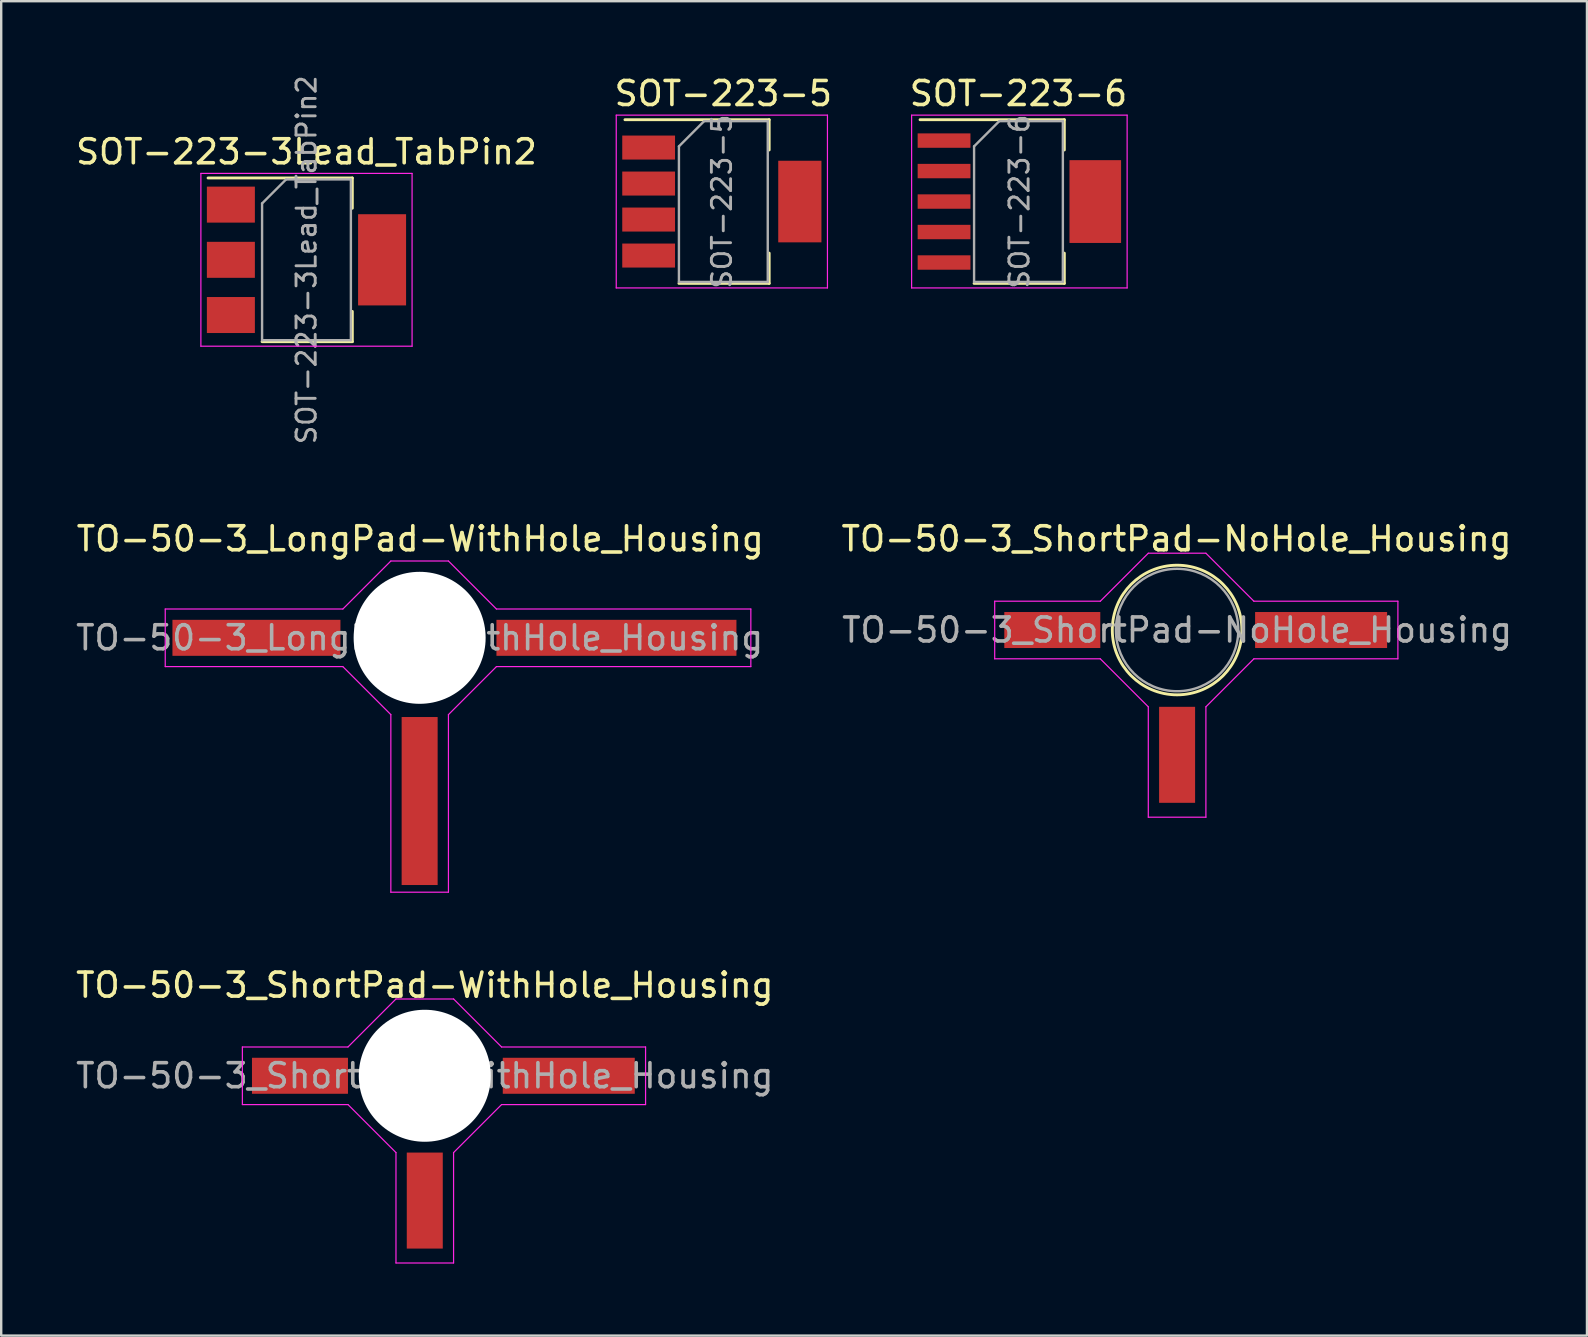
<source format=kicad_pcb>
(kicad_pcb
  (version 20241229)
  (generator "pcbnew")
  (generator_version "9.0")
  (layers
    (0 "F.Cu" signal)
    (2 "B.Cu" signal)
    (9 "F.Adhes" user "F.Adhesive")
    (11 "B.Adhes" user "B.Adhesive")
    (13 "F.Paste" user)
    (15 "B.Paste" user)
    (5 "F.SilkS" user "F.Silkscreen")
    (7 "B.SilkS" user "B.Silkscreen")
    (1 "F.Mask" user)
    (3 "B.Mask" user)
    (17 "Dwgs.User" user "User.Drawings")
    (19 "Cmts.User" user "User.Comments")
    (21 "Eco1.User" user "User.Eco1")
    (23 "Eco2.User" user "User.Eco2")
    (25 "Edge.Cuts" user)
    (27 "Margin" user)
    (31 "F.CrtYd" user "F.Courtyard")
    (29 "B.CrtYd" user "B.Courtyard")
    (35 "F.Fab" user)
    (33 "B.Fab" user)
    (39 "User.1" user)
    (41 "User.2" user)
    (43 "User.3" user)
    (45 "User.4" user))
  (footprint "TO-50-3_ShortPad-WithHole_Housing"
    (layer "F.Cu")
    (at 15.049 44.374)
    (property "Reference" "TO-50-3_ShortPad-WithHole_Housing" (at -0.4 -6.375 0) (layer "F.SilkS") (effects (font (size 1 1) (thickness 0.15))))
    (attr smd)
    (fp_line (start -8 -1.4) (end -8 -3.8) (stroke (width 0.05) (type solid)) (layer "F.CrtYd"))
    (fp_line (start -8 -1.4) (end -3.6 -1.4) (stroke (width 0.05) (type solid)) (layer "F.CrtYd"))
    (fp_line (start -3.6 -3.8) (end -8 -3.8) (stroke (width 0.05) (type solid)) (layer "F.CrtYd"))
    (fp_line (start -3.6 -3.8) (end -1.6 -5.8) (stroke (width 0.05) (type solid)) (layer "F.CrtYd"))
    (fp_line (start -1.6 -5.8) (end 0.8 -5.8) (stroke (width 0.05) (type solid)) (layer "F.CrtYd"))
    (fp_line (start -1.6 0.6) (end -3.6 -1.4) (stroke (width 0.05) (type solid)) (layer "F.CrtYd"))
    (fp_line (start -1.6 5.2) (end -1.6 0.6) (stroke (width 0.05) (type solid)) (layer "F.CrtYd"))
    (fp_line (start 0.8 -5.8) (end 2.8 -3.8) (stroke (width 0.05) (type solid)) (layer "F.CrtYd"))
    (fp_line (start 0.8 0.6) (end 0.8 5.2) (stroke (width 0.05) (type solid)) (layer "F.CrtYd"))
    (fp_line (start 0.8 5.2) (end -1.6 5.2) (stroke (width 0.05) (type solid)) (layer "F.CrtYd"))
    (fp_line (start 2.8 -3.8) (end 8.8 -3.8) (stroke (width 0.05) (type solid)) (layer "F.CrtYd"))
    (fp_line (start 2.8 -1.4) (end 0.8 0.6) (stroke (width 0.05) (type solid)) (layer "F.CrtYd"))
    (fp_line (start 8.8 -3.8) (end 8.8 -1.4) (stroke (width 0.05) (type solid)) (layer "F.CrtYd"))
    (fp_line (start 8.8 -1.4) (end 2.8 -1.4) (stroke (width 0.05) (type solid)) (layer "F.CrtYd"))
    (fp_circle (center -0.4 -2.6) (end -0.35 -5.15) (stroke (width 0.1) (type solid)) (fill no) (layer "F.Fab"))
    (fp_text user "${REFERENCE}" (at -0.4 -2.6 0) (layer "F.Fab") (effects (font (size 1 1) (thickness 0.15))))
    (pad "" np_thru_hole circle (at -0.4 -2.6 270) (size 5.5 5.5) (drill 5.5) (layers "*.Cu" "*.Mask"))
    (pad "1" smd rect (at -5.6 -2.6 270) (size 1.5 4) (layers "F.Cu" "F.Mask" "F.Paste"))
    (pad "2" smd rect (at -0.4 2.6 270) (size 4 1.5) (layers "F.Cu" "F.Mask" "F.Paste"))
    (pad "3" smd rect (at 5.6 -2.6 270) (size 1.5 5.5) (layers "F.Cu" "F.Mask" "F.Paste")))
  (footprint "SOT-223-5"
    (layer "F.Cu")
    (at 27.027 5.348)
    (property "Reference" "SOT-223-5" (at 0.062 -4.5 0) (layer "F.SilkS") (effects (font (size 1 1) (thickness 0.15))))
    (attr smd)
    (fp_line (start -4.037 -3.41) (end 1.972 -3.41) (stroke (width 0.12) (type solid)) (layer "F.SilkS"))
    (fp_line (start -1.788 3.41) (end 1.972 3.41) (stroke (width 0.12) (type solid)) (layer "F.SilkS"))
    (fp_line (start 1.972 -3.41) (end 1.972 -2.15) (stroke (width 0.12) (type solid)) (layer "F.SilkS"))
    (fp_line (start 1.972 3.41) (end 1.972 2.15) (stroke (width 0.12) (type solid)) (layer "F.SilkS"))
    (fp_line (start -4.4 -3.6) (end -4.4 3.6) (stroke (width 0.05) (type solid)) (layer "F.CrtYd"))
    (fp_line (start -4.4 -3.6) (end 4.4 -3.6) (stroke (width 0.05) (type solid)) (layer "F.CrtYd"))
    (fp_line (start 4.4 3.6) (end -4.4 3.6) (stroke (width 0.05) (type solid)) (layer "F.CrtYd"))
    (fp_line (start 4.4 3.6) (end 4.4 -3.6) (stroke (width 0.05) (type solid)) (layer "F.CrtYd"))
    (fp_line (start -1.788 -2.3) (end -1.788 3.35) (stroke (width 0.1) (type solid)) (layer "F.Fab"))
    (fp_line (start -1.788 -2.3) (end -0.738 -3.35) (stroke (width 0.1) (type solid)) (layer "F.Fab"))
    (fp_line (start -1.788 3.35) (end 1.913 3.35) (stroke (width 0.1) (type solid)) (layer "F.Fab"))
    (fp_line (start -0.738 -3.35) (end 1.913 -3.35) (stroke (width 0.1) (type solid)) (layer "F.Fab"))
    (fp_line (start 1.913 -3.35) (end 1.913 3.35) (stroke (width 0.1) (type solid)) (layer "F.Fab"))
    (fp_text user "${REFERENCE}" (at 0 0 90) (layer "F.Fab") (effects (font (size 0.8 0.8) (thickness 0.12))))
    (pad "1" smd rect (at -3.05 -2.25) (size 2.2 1) (layers "F.Cu" "F.Mask" "F.Paste"))
    (pad "2" smd rect (at -3.05 -0.75) (size 2.2 1) (layers "F.Cu" "F.Mask" "F.Paste"))
    (pad "3" smd rect (at -3.05 0.75) (size 2.2 1) (layers "F.Cu" "F.Mask" "F.Paste"))
    (pad "4" smd rect (at -3.05 2.25) (size 2.2 1) (layers "F.Cu" "F.Mask" "F.Paste"))
    (pad "5" smd rect (at 3.25 0) (size 1.8 3.4) (layers "F.Cu" "F.Mask" "F.Paste")))
  (footprint "TO-50-3_ShortPad-NoHole_Housing"
    (layer "F.Cu")
    (at 46.396 25.801)
    (property "Reference" "TO-50-3_ShortPad-NoHole_Housing" (at -0.425 -6.4 0) (layer "F.SilkS") (effects (font (size 1 1) (thickness 0.15))))
    (attr smd)
    (fp_circle (center -0.4 -2.6) (end -0.4 -5.3) (stroke (width 0.12) (type solid)) (fill no) (layer "F.SilkS"))
    (fp_line (start -8 -1.4) (end -8 -3.8) (stroke (width 0.05) (type solid)) (layer "F.CrtYd"))
    (fp_line (start -8 -1.4) (end -3.6 -1.4) (stroke (width 0.05) (type solid)) (layer "F.CrtYd"))
    (fp_line (start -3.6 -3.8) (end -8 -3.8) (stroke (width 0.05) (type solid)) (layer "F.CrtYd"))
    (fp_line (start -3.6 -3.8) (end -1.6 -5.8) (stroke (width 0.05) (type solid)) (layer "F.CrtYd"))
    (fp_line (start -1.6 -5.8) (end 0.8 -5.8) (stroke (width 0.05) (type solid)) (layer "F.CrtYd"))
    (fp_line (start -1.6 0.6) (end -3.6 -1.4) (stroke (width 0.05) (type solid)) (layer "F.CrtYd"))
    (fp_line (start -1.6 5.2) (end -1.6 0.6) (stroke (width 0.05) (type solid)) (layer "F.CrtYd"))
    (fp_line (start 0.8 -5.8) (end 2.8 -3.8) (stroke (width 0.05) (type solid)) (layer "F.CrtYd"))
    (fp_line (start 0.8 0.6) (end 0.8 5.2) (stroke (width 0.05) (type solid)) (layer "F.CrtYd"))
    (fp_line (start 0.8 5.2) (end -1.6 5.2) (stroke (width 0.05) (type solid)) (layer "F.CrtYd"))
    (fp_line (start 2.8 -3.8) (end 8.8 -3.8) (stroke (width 0.05) (type solid)) (layer "F.CrtYd"))
    (fp_line (start 2.8 -1.4) (end 0.8 0.6) (stroke (width 0.05) (type solid)) (layer "F.CrtYd"))
    (fp_line (start 8.8 -3.8) (end 8.8 -1.4) (stroke (width 0.05) (type solid)) (layer "F.CrtYd"))
    (fp_line (start 8.8 -1.4) (end 2.8 -1.4) (stroke (width 0.05) (type solid)) (layer "F.CrtYd"))
    (fp_circle (center -0.4 -2.6) (end -0.35 -5.15) (stroke (width 0.1) (type solid)) (fill no) (layer "F.Fab"))
    (fp_text user "${REFERENCE}" (at -0.4 -2.6 0) (layer "F.Fab") (effects (font (size 1 1) (thickness 0.15))))
    (pad "1" smd rect (at -5.6 -2.6 270) (size 1.5 4) (layers "F.Cu" "F.Mask" "F.Paste"))
    (pad "2" smd rect (at -0.4 2.6 270) (size 4 1.5) (layers "F.Cu" "F.Mask" "F.Paste"))
    (pad "3" smd rect (at 5.6 -2.6 270) (size 1.5 5.5) (layers "F.Cu" "F.Mask" "F.Paste")))
  (footprint "SOT-223-3Lead_TabPin2"
    (layer "F.Cu")
    (at 9.72 7.776)
    (property "Reference" "SOT-223-3Lead_TabPin2" (at 0 -4.5 0) (layer "F.SilkS") (effects (font (size 1 1) (thickness 0.15))))
    (attr smd)
    (fp_line (start -4.1 -3.41) (end 1.91 -3.41) (stroke (width 0.12) (type solid)) (layer "F.SilkS"))
    (fp_line (start -1.85 3.41) (end 1.91 3.41) (stroke (width 0.12) (type solid)) (layer "F.SilkS"))
    (fp_line (start 1.91 -3.41) (end 1.91 -2.15) (stroke (width 0.12) (type solid)) (layer "F.SilkS"))
    (fp_line (start 1.91 3.41) (end 1.91 2.15) (stroke (width 0.12) (type solid)) (layer "F.SilkS"))
    (fp_line (start -4.4 -3.6) (end -4.4 3.6) (stroke (width 0.05) (type solid)) (layer "F.CrtYd"))
    (fp_line (start -4.4 3.6) (end 4.4 3.6) (stroke (width 0.05) (type solid)) (layer "F.CrtYd"))
    (fp_line (start 4.4 -3.6) (end -4.4 -3.6) (stroke (width 0.05) (type solid)) (layer "F.CrtYd"))
    (fp_line (start 4.4 3.6) (end 4.4 -3.6) (stroke (width 0.05) (type solid)) (layer "F.CrtYd"))
    (fp_line (start -1.85 -2.35) (end -1.85 3.35) (stroke (width 0.1) (type solid)) (layer "F.Fab"))
    (fp_line (start -1.85 -2.35) (end -0.85 -3.35) (stroke (width 0.1) (type solid)) (layer "F.Fab"))
    (fp_line (start -1.85 3.35) (end 1.85 3.35) (stroke (width 0.1) (type solid)) (layer "F.Fab"))
    (fp_line (start -0.85 -3.35) (end 1.85 -3.35) (stroke (width 0.1) (type solid)) (layer "F.Fab"))
    (fp_line (start 1.85 -3.35) (end 1.85 3.35) (stroke (width 0.1) (type solid)) (layer "F.Fab"))
    (fp_text user "${REFERENCE}" (at 0 0 90) (layer "F.Fab") (effects (font (size 0.8 0.8) (thickness 0.12))))
    (pad "1" smd rect (at -3.15 -2.3) (size 2 1.5) (layers "F.Cu" "F.Mask" "F.Paste"))
    (pad "2" smd rect (at -3.15 0) (size 2 1.5) (layers "F.Cu" "F.Mask" "F.Paste"))
    (pad "2" smd rect (at 3.15 0) (size 2 3.8) (layers "F.Cu" "F.Mask" "F.Paste"))
    (pad "3" smd rect (at -3.15 2.3) (size 2 1.5) (layers "F.Cu" "F.Mask" "F.Paste")))
  (footprint "SOT-223-6"
    (layer "F.Cu")
    (at 39.424 5.348)
    (property "Reference" "SOT-223-6" (at -0.037 -4.5 0) (layer "F.SilkS") (effects (font (size 1 1) (thickness 0.15))))
    (attr smd)
    (fp_line (start -4.138 -3.41) (end 1.873 -3.41) (stroke (width 0.12) (type solid)) (layer "F.SilkS"))
    (fp_line (start -1.887 3.41) (end 1.873 3.41) (stroke (width 0.12) (type solid)) (layer "F.SilkS"))
    (fp_line (start 1.873 -3.41) (end 1.873 -2.15) (stroke (width 0.12) (type solid)) (layer "F.SilkS"))
    (fp_line (start 1.873 3.41) (end 1.873 2.15) (stroke (width 0.12) (type solid)) (layer "F.SilkS"))
    (fp_line (start -4.49 -3.6) (end -4.49 3.6) (stroke (width 0.05) (type solid)) (layer "F.CrtYd"))
    (fp_line (start -4.49 -3.6) (end 4.49 -3.6) (stroke (width 0.05) (type solid)) (layer "F.CrtYd"))
    (fp_line (start 4.49 3.6) (end -4.49 3.6) (stroke (width 0.05) (type solid)) (layer "F.CrtYd"))
    (fp_line (start 4.49 3.6) (end 4.49 -3.6) (stroke (width 0.05) (type solid)) (layer "F.CrtYd"))
    (fp_line (start -1.887 -2.3) (end -1.887 3.35) (stroke (width 0.1) (type solid)) (layer "F.Fab"))
    (fp_line (start -1.887 -2.3) (end -0.838 -3.35) (stroke (width 0.1) (type solid)) (layer "F.Fab"))
    (fp_line (start -1.887 3.35) (end 1.812 3.35) (stroke (width 0.1) (type solid)) (layer "F.Fab"))
    (fp_line (start -0.838 -3.35) (end 1.812 -3.35) (stroke (width 0.1) (type solid)) (layer "F.Fab"))
    (fp_line (start 1.812 -3.35) (end 1.812 3.35) (stroke (width 0.1) (type solid)) (layer "F.Fab"))
    (fp_text user "${REFERENCE}" (at 0 0 90) (layer "F.Fab") (effects (font (size 0.8 0.8) (thickness 0.12))))
    (pad "1" smd rect (at -3.138 -2.54) (size 2.2 0.6) (layers "F.Cu" "F.Mask" "F.Paste"))
    (pad "2" smd rect (at -3.138 -1.27) (size 2.2 0.6) (layers "F.Cu" "F.Mask" "F.Paste"))
    (pad "3" smd rect (at -3.138 0) (size 2.2 0.6) (layers "F.Cu" "F.Mask" "F.Paste"))
    (pad "4" smd rect (at -3.138 1.27) (size 2.2 0.6) (layers "F.Cu" "F.Mask" "F.Paste"))
    (pad "5" smd rect (at -3.138 2.54) (size 2.2 0.6) (layers "F.Cu" "F.Mask" "F.Paste"))
    (pad "6" smd rect (at 3.163 0) (size 2.15 3.45) (layers "F.Cu" "F.Mask" "F.Paste")))
  (footprint "TO-50-3_LongPad-WithHole_Housing"
    (layer "F.Cu")
    (at 15.135 26.926)
    (property "Reference" "TO-50-3_LongPad-WithHole_Housing" (at -0.675 -7.525 0) (layer "F.SilkS") (effects (font (size 1 1) (thickness 0.15))))
    (attr smd)
    (fp_line (start -11.3 -4.6) (end -3.9 -4.6) (stroke (width 0.05) (type solid)) (layer "F.CrtYd"))
    (fp_line (start -11.3 -2.2) (end -11.3 -4.6) (stroke (width 0.05) (type solid)) (layer "F.CrtYd"))
    (fp_line (start -3.9 -4.6) (end -1.9 -6.6) (stroke (width 0.05) (type solid)) (layer "F.CrtYd"))
    (fp_line (start -3.9 -2.2) (end -11.3 -2.2) (stroke (width 0.05) (type solid)) (layer "F.CrtYd"))
    (fp_line (start -1.9 -6.6) (end 0.5 -6.6) (stroke (width 0.05) (type solid)) (layer "F.CrtYd"))
    (fp_line (start -1.9 -0.2) (end -3.9 -2.2) (stroke (width 0.05) (type solid)) (layer "F.CrtYd"))
    (fp_line (start -1.9 7.2) (end -1.9 -0.2) (stroke (width 0.05) (type solid)) (layer "F.CrtYd"))
    (fp_line (start 0.5 -6.6) (end 2.5 -4.6) (stroke (width 0.05) (type solid)) (layer "F.CrtYd"))
    (fp_line (start 0.5 -0.2) (end 0.5 7.2) (stroke (width 0.05) (type solid)) (layer "F.CrtYd"))
    (fp_line (start 0.5 7.2) (end -1.9 7.2) (stroke (width 0.05) (type solid)) (layer "F.CrtYd"))
    (fp_line (start 2.5 -4.6) (end 13.1 -4.6) (stroke (width 0.05) (type solid)) (layer "F.CrtYd"))
    (fp_line (start 2.5 -2.2) (end 0.5 -0.2) (stroke (width 0.05) (type solid)) (layer "F.CrtYd"))
    (fp_line (start 13.1 -4.6) (end 13.1 -2.2) (stroke (width 0.05) (type solid)) (layer "F.CrtYd"))
    (fp_line (start 13.1 -2.2) (end 2.5 -2.2) (stroke (width 0.05) (type solid)) (layer "F.CrtYd"))
    (fp_circle (center -0.7 -3.4) (end -0.65 -5.95) (stroke (width 0.1) (type solid)) (fill no) (layer "F.Fab"))
    (fp_text user "${REFERENCE}" (at -0.7 -3.4 0) (layer "F.Fab") (effects (font (size 1 1) (thickness 0.15))))
    (pad "" np_thru_hole circle (at -0.7 -3.4 270) (size 5.5 5.5) (drill 5.5) (layers "*.Cu" "*.Mask"))
    (pad "1" smd rect (at -7.5 -3.4 270) (size 1.5 7) (layers "F.Cu" "F.Mask" "F.Paste"))
    (pad "2" smd rect (at -0.7 3.4 270) (size 7 1.5) (layers "F.Cu" "F.Mask" "F.Paste"))
    (pad "3" smd rect (at 7.5 -3.4 270) (size 1.5 10) (layers "F.Cu" "F.Mask" "F.Paste")))
  (gr_rect
    (start -3 -3)
    (end 63.074 52.599)
    (stroke (width 0.1) (type default))
    (fill no)
    (layer "Edge.Cuts")))
</source>
